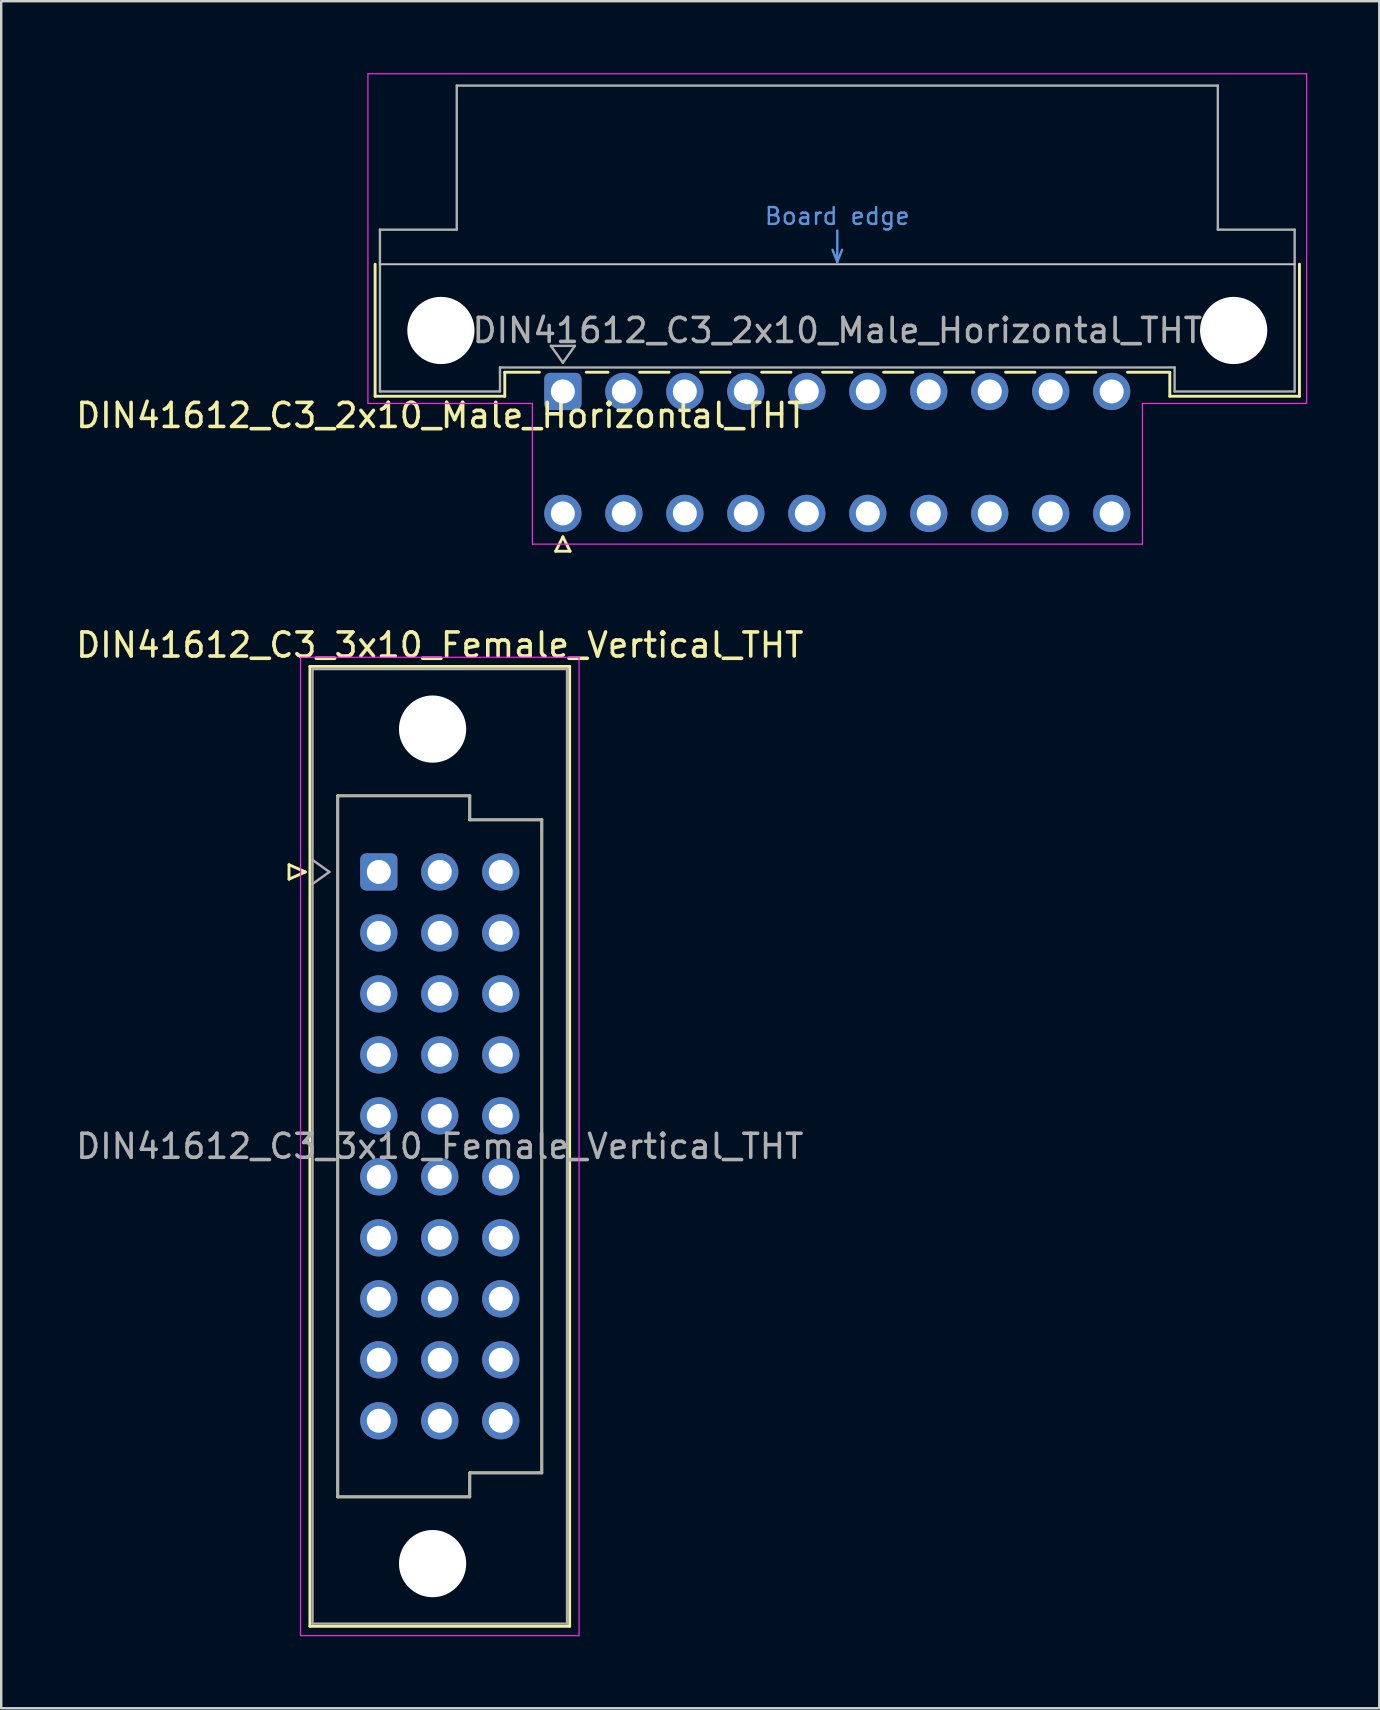
<source format=kicad_pcb>
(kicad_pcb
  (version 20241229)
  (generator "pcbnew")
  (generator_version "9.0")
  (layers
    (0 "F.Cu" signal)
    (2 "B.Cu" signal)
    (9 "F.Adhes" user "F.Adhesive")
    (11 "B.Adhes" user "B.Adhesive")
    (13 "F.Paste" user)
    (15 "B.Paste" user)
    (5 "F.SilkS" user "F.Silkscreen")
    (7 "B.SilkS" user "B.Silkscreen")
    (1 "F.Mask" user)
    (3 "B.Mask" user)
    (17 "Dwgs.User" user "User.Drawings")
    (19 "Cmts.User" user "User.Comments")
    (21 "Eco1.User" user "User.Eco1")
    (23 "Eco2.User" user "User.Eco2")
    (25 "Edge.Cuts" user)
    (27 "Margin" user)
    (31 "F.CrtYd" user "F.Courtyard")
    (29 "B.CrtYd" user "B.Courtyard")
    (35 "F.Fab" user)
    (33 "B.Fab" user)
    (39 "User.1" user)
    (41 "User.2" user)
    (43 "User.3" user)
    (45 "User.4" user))
  (footprint "DIN41612_C3_2x10_Male_Horizontal_THT"
    (layer "F.Cu")
    (at 20.395 13.255)
    (property "Reference" "DIN41612_C3_2x10_Male_Horizontal_THT" (at -5.08 1 0) (layer "F.SilkS") (effects (font (size 1 1) (thickness 0.15))))
    (attr through_hole)
    (fp_line (start -7.82 -5.3) (end -7.82 0.2) (stroke (width 0.12) (type solid)) (layer "F.SilkS"))
    (fp_line (start -7.82 0.2) (end -2.42 0.2) (stroke (width 0.12) (type solid)) (layer "F.SilkS"))
    (fp_line (start -2.421 -0.8) (end -0.976 -0.8) (stroke (width 0.12) (type solid)) (layer "F.SilkS"))
    (fp_line (start -2.42 0.2) (end -2.42 -0.8) (stroke (width 0.12) (type solid)) (layer "F.SilkS"))
    (fp_line (start -0.3 6.655) (end 0.3 6.655) (stroke (width 0.12) (type solid)) (layer "F.SilkS"))
    (fp_line (start 0 6.055) (end -0.3 6.655) (stroke (width 0.12) (type solid)) (layer "F.SilkS"))
    (fp_line (start 0.3 6.655) (end 0 6.055) (stroke (width 0.12) (type solid)) (layer "F.SilkS"))
    (fp_line (start 0.976 -0.8) (end 1.881 -0.8) (stroke (width 0.12) (type solid)) (layer "F.SilkS"))
    (fp_line (start 3.2 -0.8) (end 4.421 -0.8) (stroke (width 0.12) (type solid)) (layer "F.SilkS"))
    (fp_line (start 5.74 -0.8) (end 6.961 -0.8) (stroke (width 0.12) (type solid)) (layer "F.SilkS"))
    (fp_line (start 8.28 -0.8) (end 9.501 -0.8) (stroke (width 0.12) (type solid)) (layer "F.SilkS"))
    (fp_line (start 10.82 -0.8) (end 12.041 -0.8) (stroke (width 0.12) (type solid)) (layer "F.SilkS"))
    (fp_line (start 13.36 -0.8) (end 14.581 -0.8) (stroke (width 0.12) (type solid)) (layer "F.SilkS"))
    (fp_line (start 15.9 -0.8) (end 17.121 -0.8) (stroke (width 0.12) (type solid)) (layer "F.SilkS"))
    (fp_line (start 18.44 -0.8) (end 19.661 -0.8) (stroke (width 0.12) (type solid)) (layer "F.SilkS"))
    (fp_line (start 20.98 -0.8) (end 22.201 -0.8) (stroke (width 0.12) (type solid)) (layer "F.SilkS"))
    (fp_line (start 23.52 -0.8) (end 25.28 -0.8) (stroke (width 0.12) (type solid)) (layer "F.SilkS"))
    (fp_line (start 25.28 0.2) (end 25.28 -0.8) (stroke (width 0.12) (type solid)) (layer "F.SilkS"))
    (fp_line (start 30.68 -5.3) (end 30.68 0.2) (stroke (width 0.12) (type solid)) (layer "F.SilkS"))
    (fp_line (start 30.68 0.2) (end 25.28 0.2) (stroke (width 0.12) (type solid)) (layer "F.SilkS"))
    (fp_line (start -7.62 -5.3) (end 30.48 -5.3) (stroke (width 0.08) (type solid)) (layer "Dwgs.User"))
    (fp_line (start 11.23 -5.9) (end 11.43 -5.4) (stroke (width 0.1) (type solid)) (layer "Cmts.User"))
    (fp_line (start 11.43 -5.4) (end 11.43 -6.7) (stroke (width 0.1) (type solid)) (layer "Cmts.User"))
    (fp_line (start 11.43 -5.4) (end 11.63 -5.9) (stroke (width 0.1) (type solid)) (layer "Cmts.User"))
    (fp_line (start -8.12 -13.23) (end -8.12 0.5) (stroke (width 0.05) (type solid)) (layer "F.CrtYd"))
    (fp_line (start -8.12 0.5) (end -1.27 0.5) (stroke (width 0.05) (type solid)) (layer "F.CrtYd"))
    (fp_line (start -1.27 0.5) (end -1.27 6.36) (stroke (width 0.05) (type solid)) (layer "F.CrtYd"))
    (fp_line (start -1.27 6.36) (end 24.14 6.36) (stroke (width 0.05) (type solid)) (layer "F.CrtYd"))
    (fp_line (start 24.14 0.5) (end 30.98 0.5) (stroke (width 0.05) (type solid)) (layer "F.CrtYd"))
    (fp_line (start 24.14 6.36) (end 24.14 0.5) (stroke (width 0.05) (type solid)) (layer "F.CrtYd"))
    (fp_line (start 30.98 -13.23) (end -8.12 -13.23) (stroke (width 0.05) (type solid)) (layer "F.CrtYd"))
    (fp_line (start 30.98 0.5) (end 30.98 -13.23) (stroke (width 0.05) (type solid)) (layer "F.CrtYd"))
    (fp_line (start -7.62 -6.74) (end -7.62 0) (stroke (width 0.1) (type solid)) (layer "F.Fab"))
    (fp_line (start -7.62 0) (end -2.62 0) (stroke (width 0.1) (type solid)) (layer "F.Fab"))
    (fp_line (start -4.42 -12.74) (end -4.42 -6.74) (stroke (width 0.1) (type solid)) (layer "F.Fab"))
    (fp_line (start -4.42 -6.74) (end -7.62 -6.74) (stroke (width 0.1) (type solid)) (layer "F.Fab"))
    (fp_line (start -2.62 -1) (end 25.48 -1) (stroke (width 0.1) (type solid)) (layer "F.Fab"))
    (fp_line (start -2.62 0) (end -2.62 -1) (stroke (width 0.1) (type solid)) (layer "F.Fab"))
    (fp_line (start -0.5 -1.9) (end 0.5 -1.9) (stroke (width 0.1) (type solid)) (layer "F.Fab"))
    (fp_line (start 0 -1.2) (end -0.5 -1.9) (stroke (width 0.1) (type solid)) (layer "F.Fab"))
    (fp_line (start 0.5 -1.9) (end 0 -1.2) (stroke (width 0.1) (type solid)) (layer "F.Fab"))
    (fp_line (start 25.48 -1) (end 25.48 0) (stroke (width 0.1) (type solid)) (layer "F.Fab"))
    (fp_line (start 25.48 0) (end 30.48 0) (stroke (width 0.1) (type solid)) (layer "F.Fab"))
    (fp_line (start 27.28 -12.74) (end -4.42 -12.74) (stroke (width 0.1) (type solid)) (layer "F.Fab"))
    (fp_line (start 27.28 -6.74) (end 27.28 -12.74) (stroke (width 0.1) (type solid)) (layer "F.Fab"))
    (fp_line (start 30.48 -6.74) (end 27.28 -6.74) (stroke (width 0.1) (type solid)) (layer "F.Fab"))
    (fp_line (start 30.48 0) (end 30.48 -6.74) (stroke (width 0.1) (type solid)) (layer "F.Fab"))
    (fp_text user "Board edge" (at 11.43 -7.3 0) (layer "Cmts.User") (effects (font (size 0.7 0.7) (thickness 0.1))))
    (fp_text user "${REFERENCE}" (at 11.43 -2.54 0) (layer "F.Fab") (effects (font (size 1 1) (thickness 0.15))))
    (pad "" np_thru_hole circle (at -5.08 -2.54) (size 2.8 2.8) (drill 2.8) (layers "*.Cu" "*.Mask"))
    (pad "" np_thru_hole circle (at 27.94 -2.54) (size 2.8 2.8) (drill 2.8) (layers "*.Cu" "*.Mask"))
    (pad "a1" thru_hole roundrect (at 0 0) (size 1.55 1.55) (drill 1) (layers "*.Cu" "*.Mask") (roundrect_rratio 0.161))
    (pad "a2" thru_hole circle (at 2.54 0) (size 1.55 1.55) (drill 1) (layers "*.Cu" "*.Mask"))
    (pad "a3" thru_hole circle (at 5.08 0) (size 1.55 1.55) (drill 1) (layers "*.Cu" "*.Mask"))
    (pad "a4" thru_hole circle (at 7.62 0) (size 1.55 1.55) (drill 1) (layers "*.Cu" "*.Mask"))
    (pad "a5" thru_hole circle (at 10.16 0) (size 1.55 1.55) (drill 1) (layers "*.Cu" "*.Mask"))
    (pad "a6" thru_hole circle (at 12.7 0) (size 1.55 1.55) (drill 1) (layers "*.Cu" "*.Mask"))
    (pad "a7" thru_hole circle (at 15.24 0) (size 1.55 1.55) (drill 1) (layers "*.Cu" "*.Mask"))
    (pad "a8" thru_hole circle (at 17.78 0) (size 1.55 1.55) (drill 1) (layers "*.Cu" "*.Mask"))
    (pad "a9" thru_hole circle (at 20.32 0) (size 1.55 1.55) (drill 1) (layers "*.Cu" "*.Mask"))
    (pad "a10" thru_hole circle (at 22.86 0) (size 1.55 1.55) (drill 1) (layers "*.Cu" "*.Mask"))
    (pad "c1" thru_hole circle (at 0 5.08) (size 1.55 1.55) (drill 1) (layers "*.Cu" "*.Mask"))
    (pad "c2" thru_hole circle (at 2.54 5.08) (size 1.55 1.55) (drill 1) (layers "*.Cu" "*.Mask"))
    (pad "c3" thru_hole circle (at 5.08 5.08) (size 1.55 1.55) (drill 1) (layers "*.Cu" "*.Mask"))
    (pad "c4" thru_hole circle (at 7.62 5.08) (size 1.55 1.55) (drill 1) (layers "*.Cu" "*.Mask"))
    (pad "c5" thru_hole circle (at 10.16 5.08) (size 1.55 1.55) (drill 1) (layers "*.Cu" "*.Mask"))
    (pad "c6" thru_hole circle (at 12.7 5.08) (size 1.55 1.55) (drill 1) (layers "*.Cu" "*.Mask"))
    (pad "c7" thru_hole circle (at 15.24 5.08) (size 1.55 1.55) (drill 1) (layers "*.Cu" "*.Mask"))
    (pad "c8" thru_hole circle (at 17.78 5.08) (size 1.55 1.55) (drill 1) (layers "*.Cu" "*.Mask"))
    (pad "c9" thru_hole circle (at 20.32 5.08) (size 1.55 1.55) (drill 1) (layers "*.Cu" "*.Mask"))
    (pad "c10" thru_hole circle (at 22.86 5.08) (size 1.55 1.55) (drill 1) (layers "*.Cu" "*.Mask")))
  (footprint "DIN41612_C3_3x10_Female_Vertical_THT"
    (layer "F.Cu")
    (at 12.728 33.268)
    (property "Reference" "DIN41612_C3_3x10_Female_Vertical_THT" (at 2.54 -9.45 0) (layer "F.SilkS") (effects (font (size 1 1) (thickness 0.15))))
    (attr through_hole)
    (fp_line (start -3.74 -0.3) (end -3.74 0.3) (stroke (width 0.12) (type solid)) (layer "F.SilkS"))
    (fp_line (start -3.74 0.3) (end -3.06 0) (stroke (width 0.12) (type solid)) (layer "F.SilkS"))
    (fp_line (start -3.06 0) (end -3.74 -0.3) (stroke (width 0.12) (type solid)) (layer "F.SilkS"))
    (fp_line (start -2.87 -8.56) (end 7.95 -8.56) (stroke (width 0.12) (type solid)) (layer "F.SilkS"))
    (fp_line (start -2.87 31.42) (end -2.87 -8.56) (stroke (width 0.12) (type solid)) (layer "F.SilkS"))
    (fp_line (start -1.71 -3.17) (end 3.79 -3.17) (stroke (width 0.12) (type solid)) (layer "F.SilkS"))
    (fp_line (start -1.71 26.03) (end -1.71 -3.17) (stroke (width 0.12) (type solid)) (layer "F.SilkS"))
    (fp_line (start 3.79 -3.17) (end 3.79 -2.17) (stroke (width 0.12) (type solid)) (layer "F.SilkS"))
    (fp_line (start 3.79 -2.17) (end 6.79 -2.17) (stroke (width 0.12) (type solid)) (layer "F.SilkS"))
    (fp_line (start 3.79 25.03) (end 3.79 26.03) (stroke (width 0.12) (type solid)) (layer "F.SilkS"))
    (fp_line (start 3.79 26.03) (end -1.71 26.03) (stroke (width 0.12) (type solid)) (layer "F.SilkS"))
    (fp_line (start 6.79 -2.17) (end 6.79 25.03) (stroke (width 0.12) (type solid)) (layer "F.SilkS"))
    (fp_line (start 6.79 25.03) (end 3.79 25.03) (stroke (width 0.12) (type solid)) (layer "F.SilkS"))
    (fp_line (start 7.95 -8.56) (end 7.95 31.42) (stroke (width 0.12) (type solid)) (layer "F.SilkS"))
    (fp_line (start 7.95 31.42) (end -2.87 31.42) (stroke (width 0.12) (type solid)) (layer "F.SilkS"))
    (fp_line (start -3.26 -8.94) (end 8.34 -8.94) (stroke (width 0.05) (type solid)) (layer "F.CrtYd"))
    (fp_line (start -3.26 31.81) (end -3.26 -8.94) (stroke (width 0.05) (type solid)) (layer "F.CrtYd"))
    (fp_line (start 8.34 -8.94) (end 8.34 31.81) (stroke (width 0.05) (type solid)) (layer "F.CrtYd"))
    (fp_line (start 8.34 31.81) (end -3.26 31.81) (stroke (width 0.05) (type solid)) (layer "F.CrtYd"))
    (fp_line (start -2.76 -8.45) (end 7.84 -8.45) (stroke (width 0.1) (type solid)) (layer "F.Fab"))
    (fp_line (start -2.76 -0.5) (end -2.06 0) (stroke (width 0.1) (type solid)) (layer "F.Fab"))
    (fp_line (start -2.76 31.31) (end -2.76 -8.45) (stroke (width 0.1) (type solid)) (layer "F.Fab"))
    (fp_line (start -2.06 0) (end -2.76 0.5) (stroke (width 0.1) (type solid)) (layer "F.Fab"))
    (fp_line (start -1.71 -3.17) (end 3.79 -3.17) (stroke (width 0.1) (type solid)) (layer "F.Fab"))
    (fp_line (start -1.71 26.03) (end -1.71 -3.17) (stroke (width 0.1) (type solid)) (layer "F.Fab"))
    (fp_line (start 3.79 -3.17) (end 3.79 -2.17) (stroke (width 0.1) (type solid)) (layer "F.Fab"))
    (fp_line (start 3.79 -2.17) (end 6.79 -2.17) (stroke (width 0.1) (type solid)) (layer "F.Fab"))
    (fp_line (start 3.79 25.03) (end 3.79 26.03) (stroke (width 0.1) (type solid)) (layer "F.Fab"))
    (fp_line (start 3.79 26.03) (end -1.71 26.03) (stroke (width 0.1) (type solid)) (layer "F.Fab"))
    (fp_line (start 6.79 -2.17) (end 6.79 25.03) (stroke (width 0.1) (type solid)) (layer "F.Fab"))
    (fp_line (start 6.79 25.03) (end 3.79 25.03) (stroke (width 0.1) (type solid)) (layer "F.Fab"))
    (fp_line (start 7.84 -8.45) (end 7.84 31.31) (stroke (width 0.1) (type solid)) (layer "F.Fab"))
    (fp_line (start 7.84 31.31) (end -2.76 31.31) (stroke (width 0.1) (type solid)) (layer "F.Fab"))
    (fp_text user "${REFERENCE}" (at 2.54 11.43 0) (layer "F.Fab") (effects (font (size 1 1) (thickness 0.15))))
    (pad "" np_thru_hole circle (at 2.24 -5.95) (size 2.8 2.8) (drill 2.8) (layers "*.Cu" "*.Mask"))
    (pad "" np_thru_hole circle (at 2.24 28.81) (size 2.8 2.8) (drill 2.8) (layers "*.Cu" "*.Mask"))
    (pad "a1" thru_hole roundrect (at 0 0) (size 1.55 1.55) (drill 1) (layers "*.Cu" "*.Mask") (roundrect_rratio 0.161))
    (pad "a2" thru_hole circle (at 0 2.54) (size 1.55 1.55) (drill 1) (layers "*.Cu" "*.Mask"))
    (pad "a3" thru_hole circle (at 0 5.08) (size 1.55 1.55) (drill 1) (layers "*.Cu" "*.Mask"))
    (pad "a4" thru_hole circle (at 0 7.62) (size 1.55 1.55) (drill 1) (layers "*.Cu" "*.Mask"))
    (pad "a5" thru_hole circle (at 0 10.16) (size 1.55 1.55) (drill 1) (layers "*.Cu" "*.Mask"))
    (pad "a6" thru_hole circle (at 0 12.7) (size 1.55 1.55) (drill 1) (layers "*.Cu" "*.Mask"))
    (pad "a7" thru_hole circle (at 0 15.24) (size 1.55 1.55) (drill 1) (layers "*.Cu" "*.Mask"))
    (pad "a8" thru_hole circle (at 0 17.78) (size 1.55 1.55) (drill 1) (layers "*.Cu" "*.Mask"))
    (pad "a9" thru_hole circle (at 0 20.32) (size 1.55 1.55) (drill 1) (layers "*.Cu" "*.Mask"))
    (pad "a10" thru_hole circle (at 0 22.86) (size 1.55 1.55) (drill 1) (layers "*.Cu" "*.Mask"))
    (pad "b1" thru_hole circle (at 2.54 0) (size 1.55 1.55) (drill 1) (layers "*.Cu" "*.Mask"))
    (pad "b2" thru_hole circle (at 2.54 2.54) (size 1.55 1.55) (drill 1) (layers "*.Cu" "*.Mask"))
    (pad "b3" thru_hole circle (at 2.54 5.08) (size 1.55 1.55) (drill 1) (layers "*.Cu" "*.Mask"))
    (pad "b4" thru_hole circle (at 2.54 7.62) (size 1.55 1.55) (drill 1) (layers "*.Cu" "*.Mask"))
    (pad "b5" thru_hole circle (at 2.54 10.16) (size 1.55 1.55) (drill 1) (layers "*.Cu" "*.Mask"))
    (pad "b6" thru_hole circle (at 2.54 12.7) (size 1.55 1.55) (drill 1) (layers "*.Cu" "*.Mask"))
    (pad "b7" thru_hole circle (at 2.54 15.24) (size 1.55 1.55) (drill 1) (layers "*.Cu" "*.Mask"))
    (pad "b8" thru_hole circle (at 2.54 17.78) (size 1.55 1.55) (drill 1) (layers "*.Cu" "*.Mask"))
    (pad "b9" thru_hole circle (at 2.54 20.32) (size 1.55 1.55) (drill 1) (layers "*.Cu" "*.Mask"))
    (pad "b10" thru_hole circle (at 2.54 22.86) (size 1.55 1.55) (drill 1) (layers "*.Cu" "*.Mask"))
    (pad "c1" thru_hole circle (at 5.08 0) (size 1.55 1.55) (drill 1) (layers "*.Cu" "*.Mask"))
    (pad "c2" thru_hole circle (at 5.08 2.54) (size 1.55 1.55) (drill 1) (layers "*.Cu" "*.Mask"))
    (pad "c3" thru_hole circle (at 5.08 5.08) (size 1.55 1.55) (drill 1) (layers "*.Cu" "*.Mask"))
    (pad "c4" thru_hole circle (at 5.08 7.62) (size 1.55 1.55) (drill 1) (layers "*.Cu" "*.Mask"))
    (pad "c5" thru_hole circle (at 5.08 10.16) (size 1.55 1.55) (drill 1) (layers "*.Cu" "*.Mask"))
    (pad "c6" thru_hole circle (at 5.08 12.7) (size 1.55 1.55) (drill 1) (layers "*.Cu" "*.Mask"))
    (pad "c7" thru_hole circle (at 5.08 15.24) (size 1.55 1.55) (drill 1) (layers "*.Cu" "*.Mask"))
    (pad "c8" thru_hole circle (at 5.08 17.78) (size 1.55 1.55) (drill 1) (layers "*.Cu" "*.Mask"))
    (pad "c9" thru_hole circle (at 5.08 20.32) (size 1.55 1.55) (drill 1) (layers "*.Cu" "*.Mask"))
    (pad "c10" thru_hole circle (at 5.08 22.86) (size 1.55 1.55) (drill 1) (layers "*.Cu" "*.Mask")))
  (gr_rect
    (start -3 -3)
    (end 54.4 68.103)
    (stroke (width 0.1) (type default))
    (fill no)
    (layer "Edge.Cuts")))
</source>
